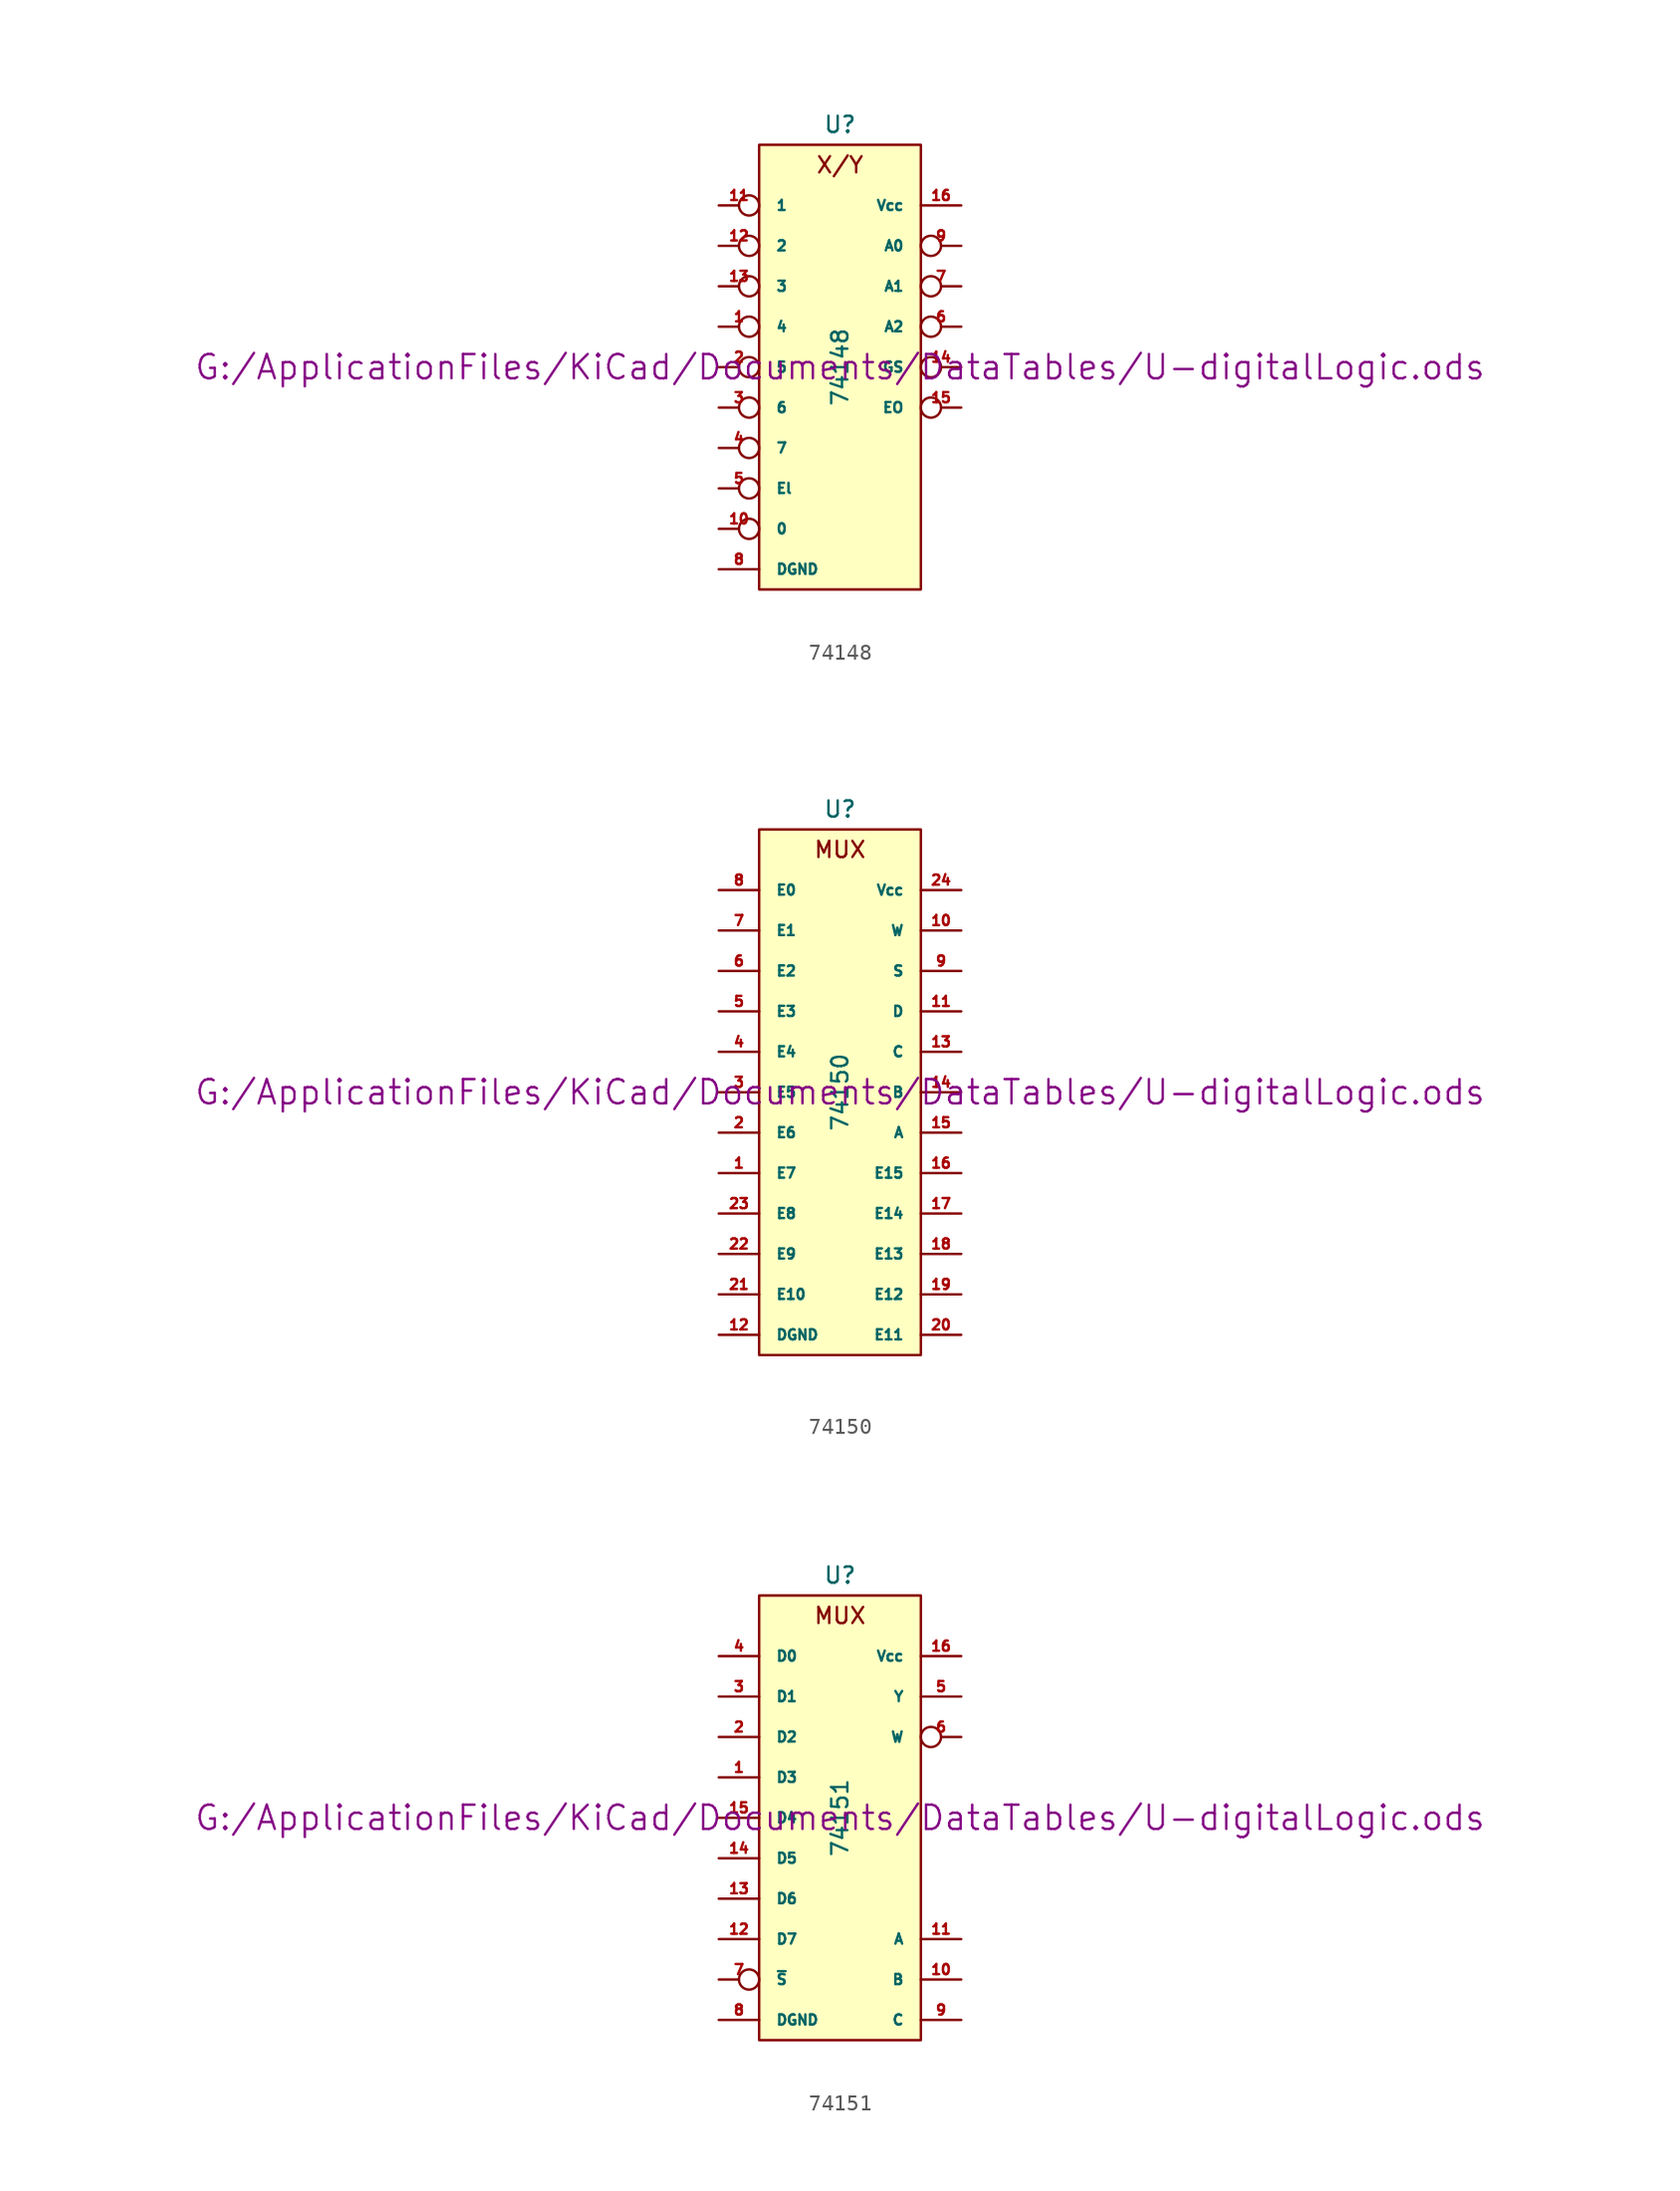
<source format=kicad_sym>
(kicad_symbol_lib
  (version 20211014)
  (generator kicad_symbol_editor)
  (symbol "74148"
    (pin_names
      (offset 1.016))
    (property "Reference" "U"
      (at 0 15.24 0)
      (effects (font (size 1.016 1.016))))
    (property "Value" "74148"
      (at 0 0 90)
      (effects (font (size 1.016 1.016))))
    (property "Footprint" ""
      (at 0 0 0)
      (effects (font (size 1.524 1.524))))
    (property "Datasheet" "G:/ApplicationFiles/KiCad/Documents/DataTables/U-digitalLogic.ods"
      (at 0 0 0)
      (effects (font (size 1.524 1.524))))
    (symbol "74148_0_0"
      (text "X/Y" (at 0 12.7 0) (effects (font (size 1.016 1.016)))))
    (symbol "74148_0_1"
      (rectangle (start -5.08 13.97) (end 5.08 -13.97) (stroke (width 0) (type default) (color 0 0 0 0)) (fill (type background))))
    (symbol "74148_1_1"
      (pin input inverted (at -7.62 2.54 0) (length 2.54) (name "4" (effects (font (size 0.635 0.635)))) (number "1" (effects (font (size 0.635 0.635)))))
      (pin input inverted (at -7.62 -10.16 0) (length 2.54) (name "0" (effects (font (size 0.635 0.635)))) (number "10" (effects (font (size 0.635 0.635)))))
      (pin input inverted (at -7.62 10.16 0) (length 2.54) (name "1" (effects (font (size 0.635 0.635)))) (number "11" (effects (font (size 0.635 0.635)))))
      (pin input inverted (at -7.62 7.62 0) (length 2.54) (name "2" (effects (font (size 0.635 0.635)))) (number "12" (effects (font (size 0.635 0.635)))))
      (pin input inverted (at -7.62 5.08 0) (length 2.54) (name "3" (effects (font (size 0.635 0.635)))) (number "13" (effects (font (size 0.635 0.635)))))
      (pin output inverted (at 7.62 0 180) (length 2.54) (name "GS" (effects (font (size 0.635 0.635)))) (number "14" (effects (font (size 0.635 0.635)))))
      (pin output inverted (at 7.62 -2.54 180) (length 2.54) (name "EO" (effects (font (size 0.635 0.635)))) (number "15" (effects (font (size 0.635 0.635)))))
      (pin power_in line (at 7.62 10.16 180) (length 2.54) (name "Vcc" (effects (font (size 0.635 0.635)))) (number "16" (effects (font (size 0.635 0.635)))))
      (pin input inverted (at -7.62 0 0) (length 2.54) (name "5" (effects (font (size 0.635 0.635)))) (number "2" (effects (font (size 0.635 0.635)))))
      (pin input inverted (at -7.62 -2.54 0) (length 2.54) (name "6" (effects (font (size 0.635 0.635)))) (number "3" (effects (font (size 0.635 0.635)))))
      (pin input inverted (at -7.62 -5.08 0) (length 2.54) (name "7" (effects (font (size 0.635 0.635)))) (number "4" (effects (font (size 0.635 0.635)))))
      (pin input inverted (at -7.62 -7.62 0) (length 2.54) (name "El" (effects (font (size 0.635 0.635)))) (number "5" (effects (font (size 0.635 0.635)))))
      (pin output inverted (at 7.62 2.54 180) (length 2.54) (name "A2" (effects (font (size 0.635 0.635)))) (number "6" (effects (font (size 0.635 0.635)))))
      (pin output inverted (at 7.62 5.08 180) (length 2.54) (name "A1" (effects (font (size 0.635 0.635)))) (number "7" (effects (font (size 0.635 0.635)))))
      (pin power_in line (at -7.62 -12.7 0) (length 2.54) (name "DGND" (effects (font (size 0.635 0.635)))) (number "8" (effects (font (size 0.635 0.635)))))
      (pin output inverted (at 7.62 7.62 180) (length 2.54) (name "A0" (effects (font (size 0.635 0.635)))) (number "9" (effects (font (size 0.635 0.635)))))))
  (symbol "74150"
    (pin_names
      (offset 1.016))
    (property "Reference" "U"
      (at 0 17.78 0)
      (effects (font (size 1.016 1.016))))
    (property "Value" "74150"
      (at 0 0 90)
      (effects (font (size 1.016 1.016))))
    (property "Footprint" ""
      (at 0 0 0)
      (effects (font (size 1.524 1.524))))
    (property "Datasheet" "G:/ApplicationFiles/KiCad/Documents/DataTables/U-digitalLogic.ods"
      (at 0 0 0)
      (effects (font (size 1.524 1.524))))
    (symbol "74150_0_0"
      (text "MUX" (at 0 15.24 0) (effects (font (size 1.016 1.016)))))
    (symbol "74150_0_1"
      (rectangle (start -5.08 16.51) (end 5.08 -16.51) (stroke (width 0) (type default) (color 0 0 0 0)) (fill (type background))))
    (symbol "74150_1_1"
      (pin input line (at -7.62 -5.08 0) (length 2.54) (name "E7" (effects (font (size 0.635 0.635)))) (number "1" (effects (font (size 0.635 0.635)))))
      (pin output line (at 7.62 10.16 180) (length 2.54) (name "W" (effects (font (size 0.635 0.635)))) (number "10" (effects (font (size 0.635 0.635)))))
      (pin input line (at 7.62 5.08 180) (length 2.54) (name "D" (effects (font (size 0.635 0.635)))) (number "11" (effects (font (size 0.635 0.635)))))
      (pin power_in line (at -7.62 -15.24 0) (length 2.54) (name "DGND" (effects (font (size 0.635 0.635)))) (number "12" (effects (font (size 0.635 0.635)))))
      (pin input line (at 7.62 2.54 180) (length 2.54) (name "C" (effects (font (size 0.635 0.635)))) (number "13" (effects (font (size 0.635 0.635)))))
      (pin input line (at 7.62 0 180) (length 2.54) (name "B" (effects (font (size 0.635 0.635)))) (number "14" (effects (font (size 0.635 0.635)))))
      (pin input line (at 7.62 -2.54 180) (length 2.54) (name "A" (effects (font (size 0.635 0.635)))) (number "15" (effects (font (size 0.635 0.635)))))
      (pin input line (at 7.62 -5.08 180) (length 2.54) (name "E15" (effects (font (size 0.635 0.635)))) (number "16" (effects (font (size 0.635 0.635)))))
      (pin input line (at 7.62 -7.62 180) (length 2.54) (name "E14" (effects (font (size 0.635 0.635)))) (number "17" (effects (font (size 0.635 0.635)))))
      (pin input line (at 7.62 -10.16 180) (length 2.54) (name "E13" (effects (font (size 0.635 0.635)))) (number "18" (effects (font (size 0.635 0.635)))))
      (pin input line (at 7.62 -12.7 180) (length 2.54) (name "E12" (effects (font (size 0.635 0.635)))) (number "19" (effects (font (size 0.635 0.635)))))
      (pin input line (at -7.62 -2.54 0) (length 2.54) (name "E6" (effects (font (size 0.635 0.635)))) (number "2" (effects (font (size 0.635 0.635)))))
      (pin input line (at 7.62 -15.24 180) (length 2.54) (name "E11" (effects (font (size 0.635 0.635)))) (number "20" (effects (font (size 0.635 0.635)))))
      (pin input line (at -7.62 -12.7 0) (length 2.54) (name "E10" (effects (font (size 0.635 0.635)))) (number "21" (effects (font (size 0.635 0.635)))))
      (pin input line (at -7.62 -10.16 0) (length 2.54) (name "E9" (effects (font (size 0.635 0.635)))) (number "22" (effects (font (size 0.635 0.635)))))
      (pin input line (at -7.62 -7.62 0) (length 2.54) (name "E8" (effects (font (size 0.635 0.635)))) (number "23" (effects (font (size 0.635 0.635)))))
      (pin power_in line (at 7.62 12.7 180) (length 2.54) (name "Vcc" (effects (font (size 0.635 0.635)))) (number "24" (effects (font (size 0.635 0.635)))))
      (pin input line (at -7.62 0 0) (length 2.54) (name "E5" (effects (font (size 0.635 0.635)))) (number "3" (effects (font (size 0.635 0.635)))))
      (pin input line (at -7.62 2.54 0) (length 2.54) (name "E4" (effects (font (size 0.635 0.635)))) (number "4" (effects (font (size 0.635 0.635)))))
      (pin input line (at -7.62 5.08 0) (length 2.54) (name "E3" (effects (font (size 0.635 0.635)))) (number "5" (effects (font (size 0.635 0.635)))))
      (pin input line (at -7.62 7.62 0) (length 2.54) (name "E2" (effects (font (size 0.635 0.635)))) (number "6" (effects (font (size 0.635 0.635)))))
      (pin input line (at -7.62 10.16 0) (length 2.54) (name "E1" (effects (font (size 0.635 0.635)))) (number "7" (effects (font (size 0.635 0.635)))))
      (pin input line (at -7.62 12.7 0) (length 2.54) (name "E0" (effects (font (size 0.635 0.635)))) (number "8" (effects (font (size 0.635 0.635)))))
      (pin input line (at 7.62 7.62 180) (length 2.54) (name "S" (effects (font (size 0.635 0.635)))) (number "9" (effects (font (size 0.635 0.635)))))))
  (symbol "74151"
    (pin_names
      (offset 1.016))
    (property "Reference" "U"
      (at 0 15.24 0)
      (effects (font (size 1.016 1.016))))
    (property "Value" "74151"
      (at 0 0 90)
      (effects (font (size 1.016 1.016))))
    (property "Footprint" ""
      (at 0 0 0)
      (effects (font (size 1.524 1.524))))
    (property "Datasheet" "G:/ApplicationFiles/KiCad/Documents/DataTables/U-digitalLogic.ods"
      (at 0 0 0)
      (effects (font (size 1.524 1.524))))
    (symbol "74151_0_0"
      (text "MUX" (at 0 12.7 0) (effects (font (size 1.016 1.016)))))
    (symbol "74151_0_1"
      (rectangle (start -5.08 13.97) (end 5.08 -13.97) (stroke (width 0) (type default) (color 0 0 0 0)) (fill (type background))))
    (symbol "74151_1_1"
      (pin input line (at -7.62 2.54 0) (length 2.54) (name "D3" (effects (font (size 0.635 0.635)))) (number "1" (effects (font (size 0.635 0.635)))))
      (pin input line (at 7.62 -10.16 180) (length 2.54) (name "B" (effects (font (size 0.635 0.635)))) (number "10" (effects (font (size 0.635 0.635)))))
      (pin input line (at 7.62 -7.62 180) (length 2.54) (name "A" (effects (font (size 0.635 0.635)))) (number "11" (effects (font (size 0.635 0.635)))))
      (pin input line (at -7.62 -7.62 0) (length 2.54) (name "D7" (effects (font (size 0.635 0.635)))) (number "12" (effects (font (size 0.635 0.635)))))
      (pin input line (at -7.62 -5.08 0) (length 2.54) (name "D6" (effects (font (size 0.635 0.635)))) (number "13" (effects (font (size 0.635 0.635)))))
      (pin input line (at -7.62 -2.54 0) (length 2.54) (name "D5" (effects (font (size 0.635 0.635)))) (number "14" (effects (font (size 0.635 0.635)))))
      (pin input line (at -7.62 0 0) (length 2.54) (name "D4" (effects (font (size 0.635 0.635)))) (number "15" (effects (font (size 0.635 0.635)))))
      (pin power_in line (at 7.62 10.16 180) (length 2.54) (name "Vcc" (effects (font (size 0.635 0.635)))) (number "16" (effects (font (size 0.635 0.635)))))
      (pin input line (at -7.62 5.08 0) (length 2.54) (name "D2" (effects (font (size 0.635 0.635)))) (number "2" (effects (font (size 0.635 0.635)))))
      (pin input line (at -7.62 7.62 0) (length 2.54) (name "D1" (effects (font (size 0.635 0.635)))) (number "3" (effects (font (size 0.635 0.635)))))
      (pin input line (at -7.62 10.16 0) (length 2.54) (name "D0" (effects (font (size 0.635 0.635)))) (number "4" (effects (font (size 0.635 0.635)))))
      (pin output line (at 7.62 7.62 180) (length 2.54) (name "Y" (effects (font (size 0.635 0.635)))) (number "5" (effects (font (size 0.635 0.635)))))
      (pin output inverted (at 7.62 5.08 180) (length 2.54) (name "W" (effects (font (size 0.635 0.635)))) (number "6" (effects (font (size 0.635 0.635)))))
      (pin input inverted (at -7.62 -10.16 0) (length 2.54) (name "~{S}" (effects (font (size 0.635 0.635)))) (number "7" (effects (font (size 0.635 0.635)))))
      (pin power_in line (at -7.62 -12.7 0) (length 2.54) (name "DGND" (effects (font (size 0.635 0.635)))) (number "8" (effects (font (size 0.635 0.635)))))
      (pin input line (at 7.62 -12.7 180) (length 2.54) (name "C" (effects (font (size 0.635 0.635)))) (number "9" (effects (font (size 0.635 0.635))))))))
</source>
